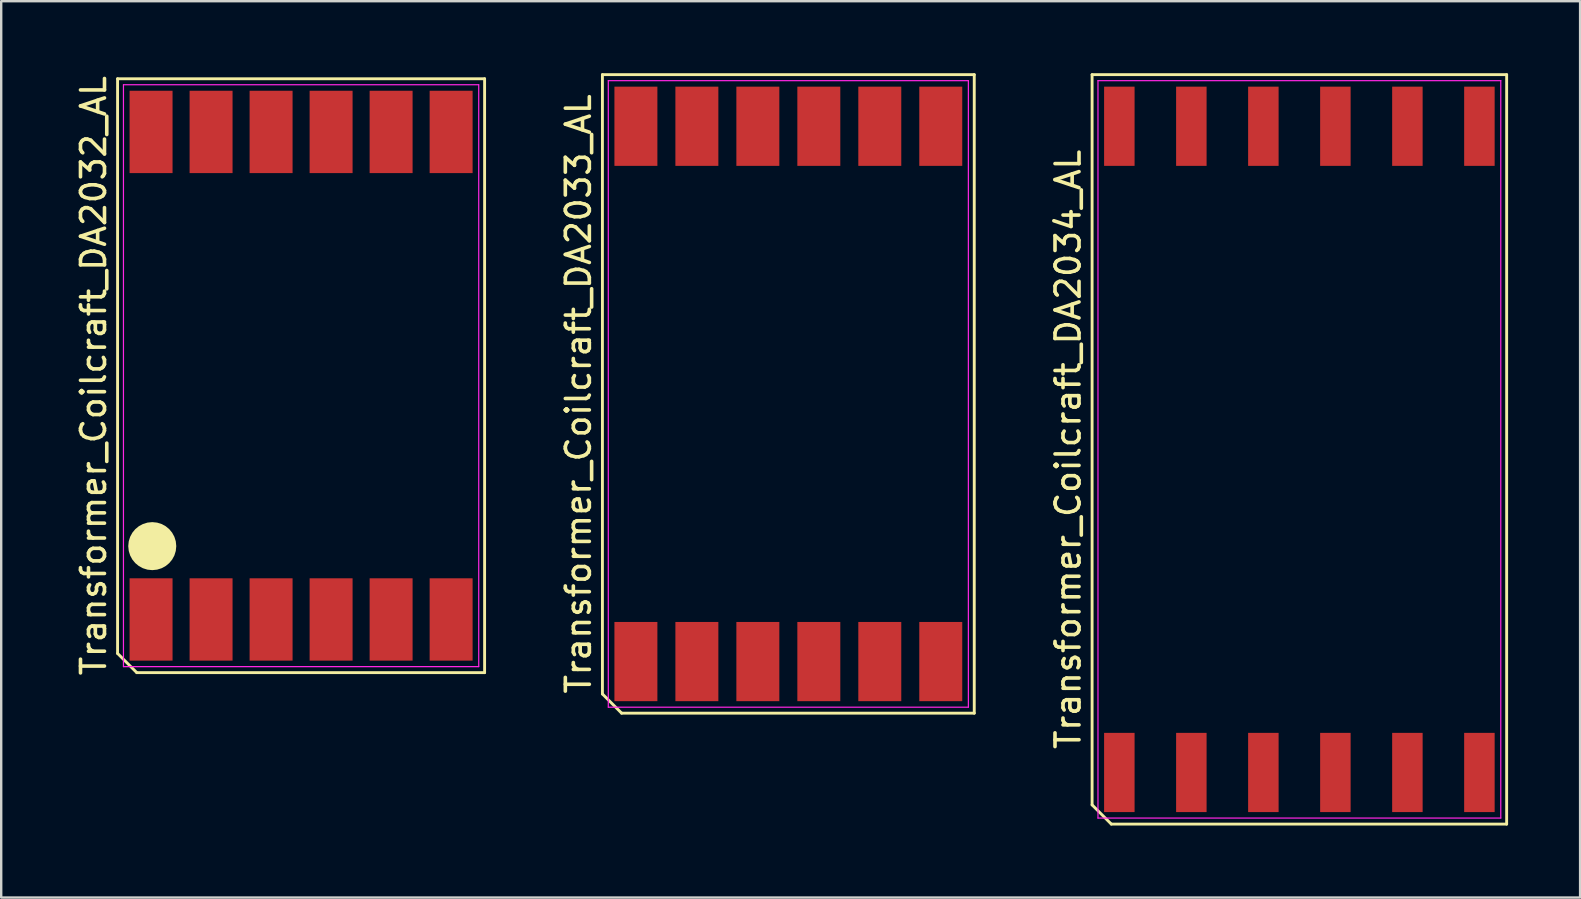
<source format=kicad_pcb>
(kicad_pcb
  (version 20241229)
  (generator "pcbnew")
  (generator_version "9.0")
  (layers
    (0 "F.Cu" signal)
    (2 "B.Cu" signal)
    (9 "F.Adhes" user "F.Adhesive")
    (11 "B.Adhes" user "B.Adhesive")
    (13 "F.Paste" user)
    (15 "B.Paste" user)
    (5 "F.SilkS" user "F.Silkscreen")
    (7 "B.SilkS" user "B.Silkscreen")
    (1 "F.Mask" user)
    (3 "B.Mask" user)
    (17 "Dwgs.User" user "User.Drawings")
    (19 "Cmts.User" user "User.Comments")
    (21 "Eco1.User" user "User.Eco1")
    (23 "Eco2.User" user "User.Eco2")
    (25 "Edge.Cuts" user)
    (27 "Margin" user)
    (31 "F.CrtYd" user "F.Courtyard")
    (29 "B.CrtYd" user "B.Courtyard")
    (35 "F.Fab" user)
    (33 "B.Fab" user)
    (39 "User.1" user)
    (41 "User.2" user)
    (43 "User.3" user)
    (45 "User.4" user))
  (footprint "Transformer_Coilcraft_DA2032_AL"
    (layer "F.Cu")
    (at 9.493 12.601)
    (property "Reference" "Transformer_Coilcraft_DA2032_AL" (at -8.645 0 90) (layer "F.SilkS") (effects (font (size 1 1) (thickness 0.15))))
    (attr smd)
    (fp_line (start -7.645 -12.37) (end 7.645 -12.37) (stroke (width 0.12) (type solid)) (layer "F.SilkS"))
    (fp_line (start -7.645 11.57) (end -7.645 -12.37) (stroke (width 0.12) (type solid)) (layer "F.SilkS"))
    (fp_line (start -6.845 12.37) (end -7.645 11.57) (stroke (width 0.12) (type solid)) (layer "F.SilkS"))
    (fp_line (start 7.645 -12.37) (end 7.645 12.37) (stroke (width 0.12) (type solid)) (layer "F.SilkS"))
    (fp_line (start 7.645 12.37) (end -6.845 12.37) (stroke (width 0.12) (type solid)) (layer "F.SilkS"))
    (fp_circle (center -6.2 7.1) (end -5.7 7.1) (stroke (width 1) (type solid)) (fill no) (layer "F.SilkS"))
    (fp_line (start -7.4 -12.12) (end 7.4 -12.12) (stroke (width 0.05) (type solid)) (layer "F.CrtYd"))
    (fp_line (start -7.4 12.12) (end -7.4 -12.12) (stroke (width 0.05) (type solid)) (layer "F.CrtYd"))
    (fp_line (start 7.4 -12.12) (end 7.4 12.12) (stroke (width 0.05) (type solid)) (layer "F.CrtYd"))
    (fp_line (start 7.4 12.12) (end -7.4 12.12) (stroke (width 0.05) (type solid)) (layer "F.CrtYd"))
    (pad "1" smd rect (at -6.25 10.155) (size 1.79 3.43) (layers "F.Cu" "F.Mask" "F.Paste"))
    (pad "2" smd rect (at -3.75 10.155) (size 1.79 3.43) (layers "F.Cu" "F.Mask" "F.Paste"))
    (pad "3" smd rect (at -1.25 10.155) (size 1.79 3.43) (layers "F.Cu" "F.Mask" "F.Paste"))
    (pad "4" smd rect (at 1.25 10.155) (size 1.79 3.43) (layers "F.Cu" "F.Mask" "F.Paste"))
    (pad "5" smd rect (at 3.75 10.155) (size 1.79 3.43) (layers "F.Cu" "F.Mask" "F.Paste"))
    (pad "6" smd rect (at 6.25 10.155) (size 1.79 3.43) (layers "F.Cu" "F.Mask" "F.Paste"))
    (pad "7" smd rect (at 6.25 -10.155) (size 1.79 3.43) (layers "F.Cu" "F.Mask" "F.Paste"))
    (pad "8" smd rect (at 3.75 -10.155) (size 1.79 3.43) (layers "F.Cu" "F.Mask" "F.Paste"))
    (pad "9" smd rect (at 1.25 -10.155) (size 1.79 3.43) (layers "F.Cu" "F.Mask" "F.Paste"))
    (pad "10" smd rect (at -1.25 -10.155) (size 1.79 3.43) (layers "F.Cu" "F.Mask" "F.Paste"))
    (pad "11" smd rect (at -3.75 -10.155) (size 1.79 3.43) (layers "F.Cu" "F.Mask" "F.Paste"))
    (pad "12" smd rect (at -6.25 -10.155) (size 1.79 3.43) (layers "F.Cu" "F.Mask" "F.Paste")))
  (footprint "Transformer_Coilcraft_DA2033_AL"
    (layer "F.Cu")
    (at 29.791 13.36)
    (property "Reference" "Transformer_Coilcraft_DA2033_AL" (at -8.745 0 90) (layer "F.SilkS") (effects (font (size 1 1) (thickness 0.15))))
    (attr smd)
    (fp_line (start -7.745 -13.3) (end 7.745 -13.3) (stroke (width 0.12) (type solid)) (layer "F.SilkS"))
    (fp_line (start -7.745 12.5) (end -7.745 -13.3) (stroke (width 0.12) (type solid)) (layer "F.SilkS"))
    (fp_line (start -6.945 13.3) (end -7.745 12.5) (stroke (width 0.12) (type solid)) (layer "F.SilkS"))
    (fp_line (start 7.745 -13.3) (end 7.745 13.3) (stroke (width 0.12) (type solid)) (layer "F.SilkS"))
    (fp_line (start 7.745 13.3) (end -6.945 13.3) (stroke (width 0.12) (type solid)) (layer "F.SilkS"))
    (fp_line (start -7.5 -13.05) (end 7.5 -13.05) (stroke (width 0.05) (type solid)) (layer "F.CrtYd"))
    (fp_line (start -7.5 13.05) (end -7.5 -13.05) (stroke (width 0.05) (type solid)) (layer "F.CrtYd"))
    (fp_line (start 7.5 -13.05) (end 7.5 13.05) (stroke (width 0.05) (type solid)) (layer "F.CrtYd"))
    (fp_line (start 7.5 13.05) (end -7.5 13.05) (stroke (width 0.05) (type solid)) (layer "F.CrtYd"))
    (pad "1" smd rect (at -6.35 11.15) (size 1.79 3.3) (layers "F.Cu" "F.Mask" "F.Paste"))
    (pad "2" smd rect (at -3.81 11.15) (size 1.79 3.3) (layers "F.Cu" "F.Mask" "F.Paste"))
    (pad "3" smd rect (at -1.27 11.15) (size 1.79 3.3) (layers "F.Cu" "F.Mask" "F.Paste"))
    (pad "4" smd rect (at 1.27 11.15) (size 1.79 3.3) (layers "F.Cu" "F.Mask" "F.Paste"))
    (pad "5" smd rect (at 3.81 11.15) (size 1.79 3.3) (layers "F.Cu" "F.Mask" "F.Paste"))
    (pad "6" smd rect (at 6.35 11.15) (size 1.79 3.3) (layers "F.Cu" "F.Mask" "F.Paste"))
    (pad "7" smd rect (at 6.35 -11.15) (size 1.79 3.3) (layers "F.Cu" "F.Mask" "F.Paste"))
    (pad "8" smd rect (at 3.81 -11.15) (size 1.79 3.3) (layers "F.Cu" "F.Mask" "F.Paste"))
    (pad "9" smd rect (at 1.27 -11.15) (size 1.79 3.3) (layers "F.Cu" "F.Mask" "F.Paste"))
    (pad "10" smd rect (at -1.27 -11.15) (size 1.79 3.3) (layers "F.Cu" "F.Mask" "F.Paste"))
    (pad "11" smd rect (at -3.81 -11.15) (size 1.79 3.3) (layers "F.Cu" "F.Mask" "F.Paste"))
    (pad "12" smd rect (at -6.35 -11.15) (size 1.79 3.3) (layers "F.Cu" "F.Mask" "F.Paste")))
  (footprint "Transformer_Coilcraft_DA2034_AL"
    (layer "F.Cu")
    (at 51.08 15.67)
    (property "Reference" "Transformer_Coilcraft_DA2034_AL" (at -9.635 0 90) (layer "F.SilkS") (effects (font (size 1 1) (thickness 0.15))))
    (attr smd)
    (fp_line (start -8.635 -15.61) (end 8.635 -15.61) (stroke (width 0.12) (type solid)) (layer "F.SilkS"))
    (fp_line (start -8.635 14.81) (end -8.635 -15.61) (stroke (width 0.12) (type solid)) (layer "F.SilkS"))
    (fp_line (start -7.835 15.61) (end -8.635 14.81) (stroke (width 0.12) (type solid)) (layer "F.SilkS"))
    (fp_line (start 8.635 -15.61) (end 8.635 15.61) (stroke (width 0.12) (type solid)) (layer "F.SilkS"))
    (fp_line (start 8.635 15.61) (end -7.835 15.61) (stroke (width 0.12) (type solid)) (layer "F.SilkS"))
    (fp_line (start -8.39 -15.36) (end 8.39 -15.36) (stroke (width 0.05) (type solid)) (layer "F.CrtYd"))
    (fp_line (start -8.39 15.36) (end -8.39 -15.36) (stroke (width 0.05) (type solid)) (layer "F.CrtYd"))
    (fp_line (start 8.39 -15.36) (end 8.39 15.36) (stroke (width 0.05) (type solid)) (layer "F.CrtYd"))
    (fp_line (start 8.39 15.36) (end -8.39 15.36) (stroke (width 0.05) (type solid)) (layer "F.CrtYd"))
    (pad "1" smd rect (at -7.5 13.46) (size 1.27 3.3) (layers "F.Cu" "F.Mask" "F.Paste"))
    (pad "2" smd rect (at -4.5 13.46) (size 1.27 3.3) (layers "F.Cu" "F.Mask" "F.Paste"))
    (pad "3" smd rect (at -1.5 13.46) (size 1.27 3.3) (layers "F.Cu" "F.Mask" "F.Paste"))
    (pad "4" smd rect (at 1.5 13.46) (size 1.27 3.3) (layers "F.Cu" "F.Mask" "F.Paste"))
    (pad "5" smd rect (at 4.5 13.46) (size 1.27 3.3) (layers "F.Cu" "F.Mask" "F.Paste"))
    (pad "6" smd rect (at 7.5 13.46) (size 1.27 3.3) (layers "F.Cu" "F.Mask" "F.Paste"))
    (pad "7" smd rect (at 7.5 -13.46) (size 1.27 3.3) (layers "F.Cu" "F.Mask" "F.Paste"))
    (pad "8" smd rect (at 4.5 -13.46) (size 1.27 3.3) (layers "F.Cu" "F.Mask" "F.Paste"))
    (pad "9" smd rect (at 1.5 -13.46) (size 1.27 3.3) (layers "F.Cu" "F.Mask" "F.Paste"))
    (pad "10" smd rect (at -1.5 -13.46) (size 1.27 3.3) (layers "F.Cu" "F.Mask" "F.Paste"))
    (pad "11" smd rect (at -4.5 -13.46) (size 1.27 3.3) (layers "F.Cu" "F.Mask" "F.Paste"))
    (pad "12" smd rect (at -7.5 -13.46) (size 1.27 3.3) (layers "F.Cu" "F.Mask" "F.Paste")))
  (gr_rect
    (start -3 -3)
    (end 62.775 34.34)
    (stroke (width 0.1) (type default))
    (fill no)
    (layer "Edge.Cuts")))
</source>
